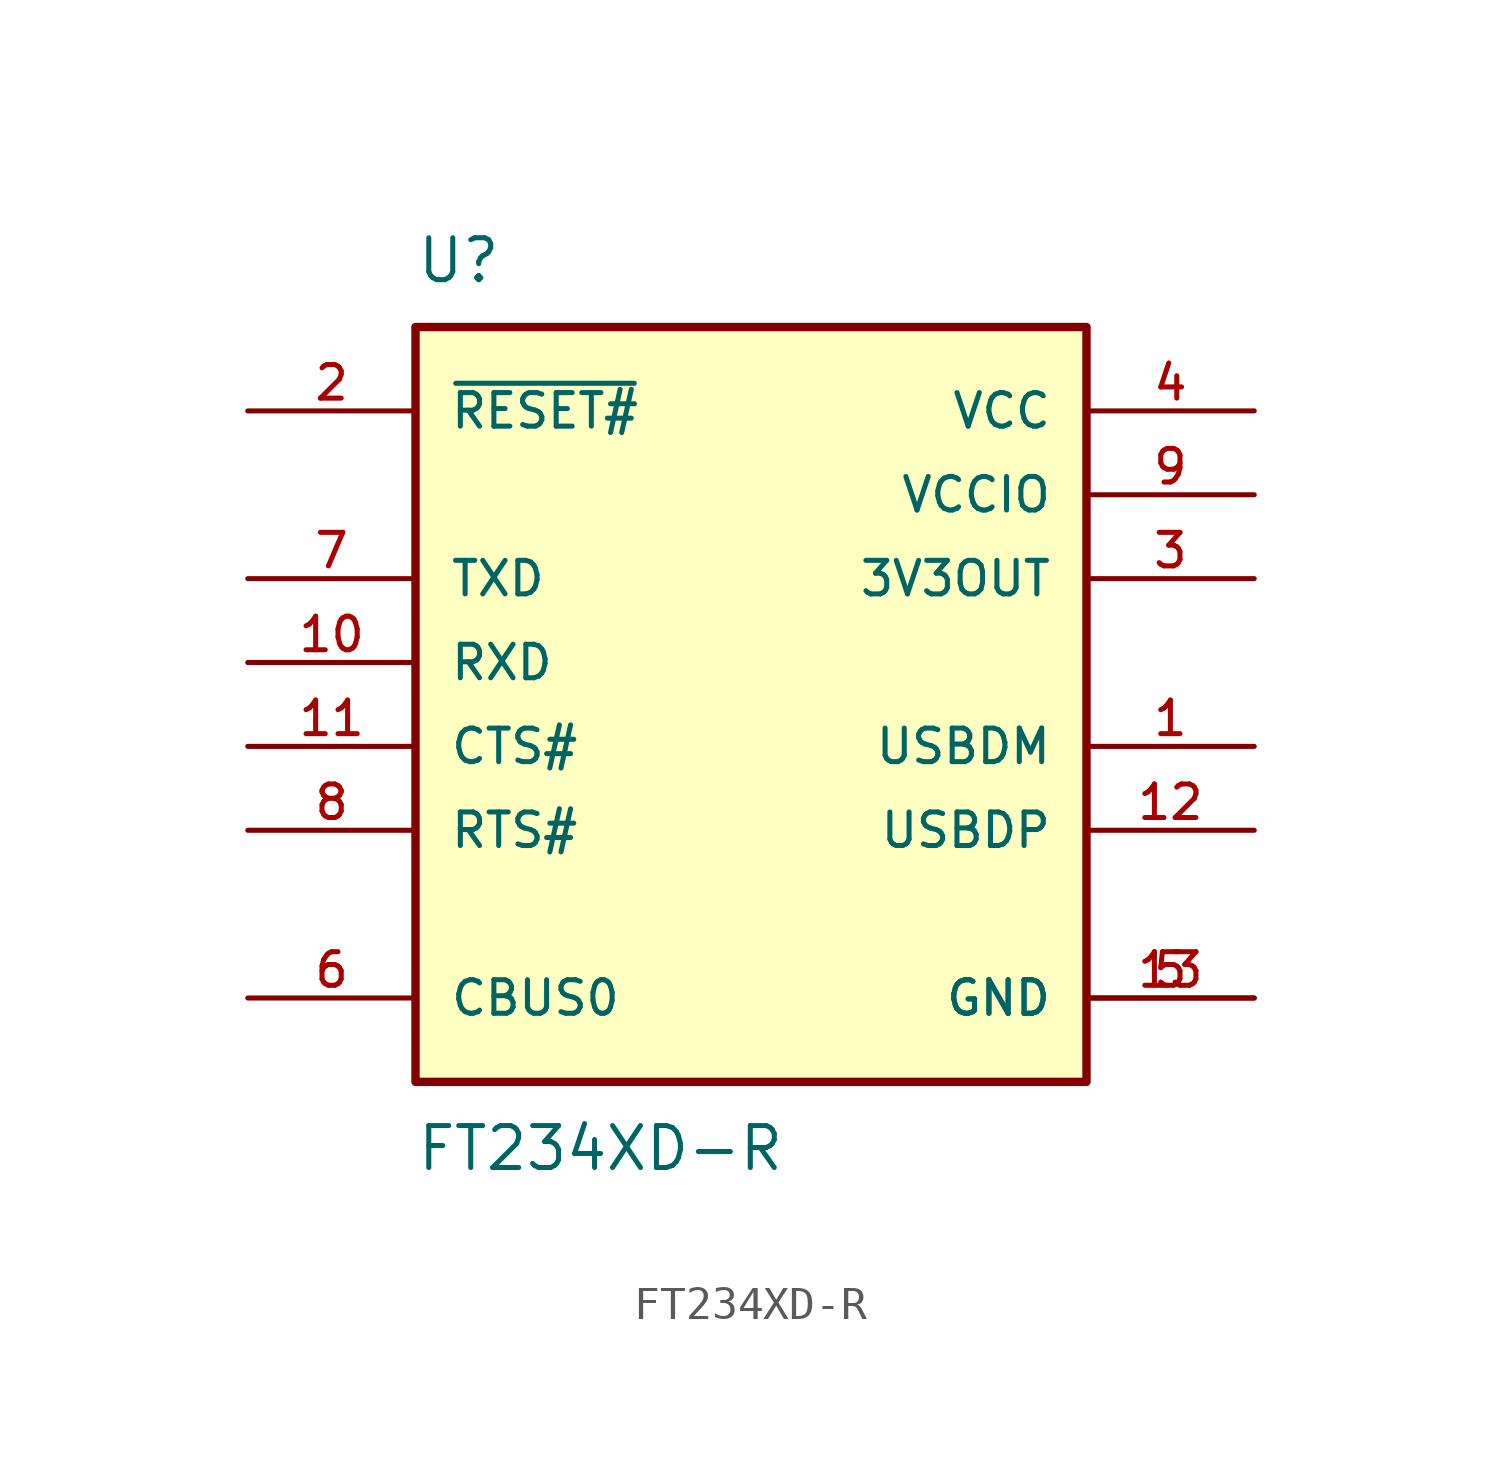
<source format=kicad_sym>
(kicad_symbol_lib
  (version 20211014)
  (generator kicad_symbol_editor)
  (symbol "FT234XD-R"
    (pin_names
      (offset 1.016))
    (property "Reference" "U"
      (at -10.16 13.97 0)
      (effects (font (size 1.27 1.27)) (justify bottom left)))
    (property "Value" "FT234XD-R"
      (at -10.16 -11.43 0)
      (effects (font (size 1.27 1.27)) (justify top left)))
    (symbol "FT234XD-R_0_0"
      (rectangle (start -10.16 -10.16) (end 10.16 12.7) (stroke (width 0.254)) (fill (type background)))
      (pin output line (at 15.24 5.08 180.0) (length 5.08) (name "3V3OUT" (effects (font (size 1.016 1.016)))) (number "3" (effects (font (size 1.016 1.016)))))
      (pin power_in line (at 15.24 -7.62 180.0) (length 5.08) (name "GND" (effects (font (size 1.016 1.016)))) (number "5" (effects (font (size 1.016 1.016)))))
      (pin power_in line (at 15.24 -7.62 180.0) (length 5.08) (name "GND" (effects (font (size 1.016 1.016)))) (number "13" (effects (font (size 1.016 1.016)))))
      (pin bidirectional line (at 15.24 0.0 180.0) (length 5.08) (name "USBDM" (effects (font (size 1.016 1.016)))) (number "1" (effects (font (size 1.016 1.016)))))
      (pin power_in line (at 15.24 10.16 180.0) (length 5.08) (name "VCC" (effects (font (size 1.016 1.016)))) (number "4" (effects (font (size 1.016 1.016)))))
      (pin power_in line (at 15.24 7.62 180.0) (length 5.08) (name "VCCIO" (effects (font (size 1.016 1.016)))) (number "9" (effects (font (size 1.016 1.016)))))
      (pin bidirectional line (at 15.24 -2.54 180.0) (length 5.08) (name "USBDP" (effects (font (size 1.016 1.016)))) (number "12" (effects (font (size 1.016 1.016)))))
      (pin input line (at -15.24 10.16 0) (length 5.08) (name "~{RESET#}" (effects (font (size 1.016 1.016)))) (number "2" (effects (font (size 1.016 1.016)))))
      (pin output line (at -15.24 5.08 0) (length 5.08) (name "TXD" (effects (font (size 1.016 1.016)))) (number "7" (effects (font (size 1.016 1.016)))))
      (pin input line (at -15.24 2.54 0) (length 5.08) (name "RXD" (effects (font (size 1.016 1.016)))) (number "10" (effects (font (size 1.016 1.016)))))
      (pin output line (at -15.24 -2.54 0) (length 5.08) (name "RTS#" (effects (font (size 1.016 1.016)))) (number "8" (effects (font (size 1.016 1.016)))))
      (pin input line (at -15.24 0.0 0) (length 5.08) (name "CTS#" (effects (font (size 1.016 1.016)))) (number "11" (effects (font (size 1.016 1.016)))))
      (pin bidirectional line (at -15.24 -7.62 0) (length 5.08) (name "CBUS0" (effects (font (size 1.016 1.016)))) (number "6" (effects (font (size 1.016 1.016))))))))
</source>
